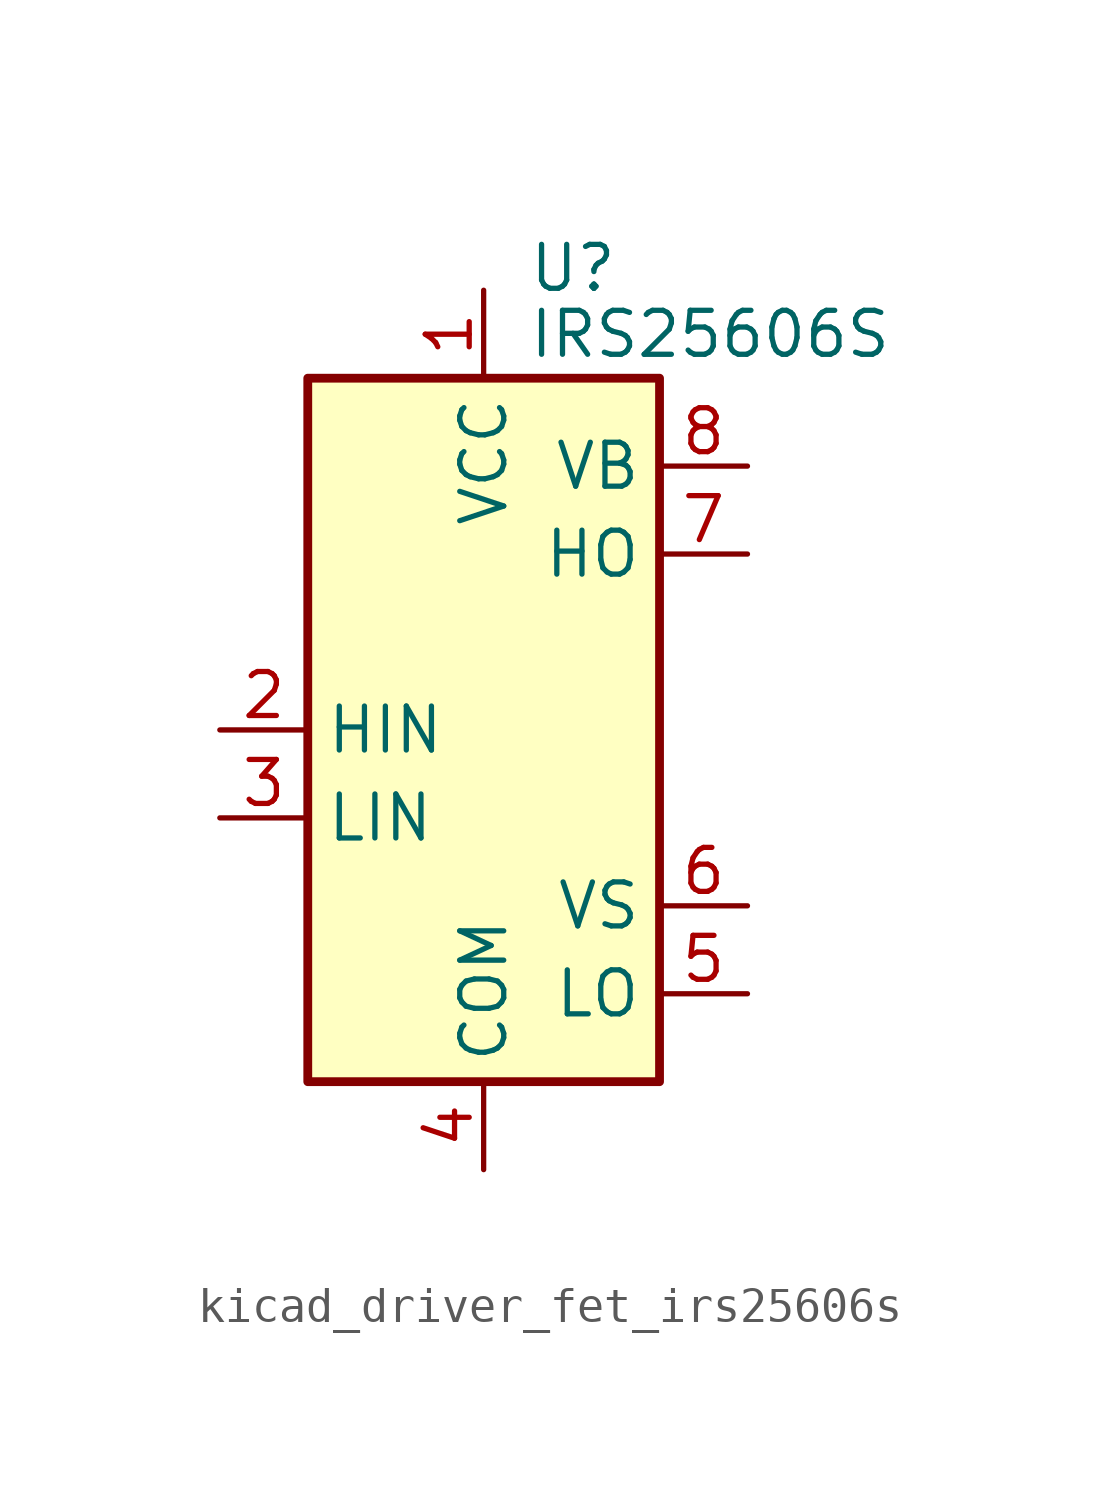
<source format=kicad_sym>
(kicad_symbol_lib
  (version 20220914)
  (generator kicad_symbol_editor)
  (symbol "kicad_driver_fet_irs25606s"
    (property "Reference" "U"
      (at 1.27 13.335 0)
      (effects (font (size 1.27 1.27)) (justify left)))
    (property "Value" "IRS25606S"
      (at 1.27 11.43 0)
      (effects (font (size 1.27 1.27)) (justify left)))
    (symbol "kicad_driver_fet_irs25606s_0_1"
      (rectangle (start -5.08 -10.16) (end 5.08 10.16) (stroke (width 0.254) (type default)) (fill (type background))))
    (symbol "kicad_driver_fet_irs25606s_1_1"
      (pin power_in line (at 0 12.7 270) (length 2.54) (name "VCC" (effects (font (size 1.27 1.27)))) (number "1" (effects (font (size 1.27 1.27)))))
      (pin input line (at -7.62 0 0) (length 2.54) (name "HIN" (effects (font (size 1.27 1.27)))) (number "2" (effects (font (size 1.27 1.27)))))
      (pin input line (at -7.62 -2.54 0) (length 2.54) (name "LIN" (effects (font (size 1.27 1.27)))) (number "3" (effects (font (size 1.27 1.27)))))
      (pin power_in line (at 0 -12.7 90) (length 2.54) (name "COM" (effects (font (size 1.27 1.27)))) (number "4" (effects (font (size 1.27 1.27)))))
      (pin output line (at 7.62 -7.62 180) (length 2.54) (name "LO" (effects (font (size 1.27 1.27)))) (number "5" (effects (font (size 1.27 1.27)))))
      (pin passive line (at 7.62 -5.08 180) (length 2.54) (name "VS" (effects (font (size 1.27 1.27)))) (number "6" (effects (font (size 1.27 1.27)))))
      (pin output line (at 7.62 5.08 180) (length 2.54) (name "HO" (effects (font (size 1.27 1.27)))) (number "7" (effects (font (size 1.27 1.27)))))
      (pin passive line (at 7.62 7.62 180) (length 2.54) (name "VB" (effects (font (size 1.27 1.27)))) (number "8" (effects (font (size 1.27 1.27))))))))
</source>
